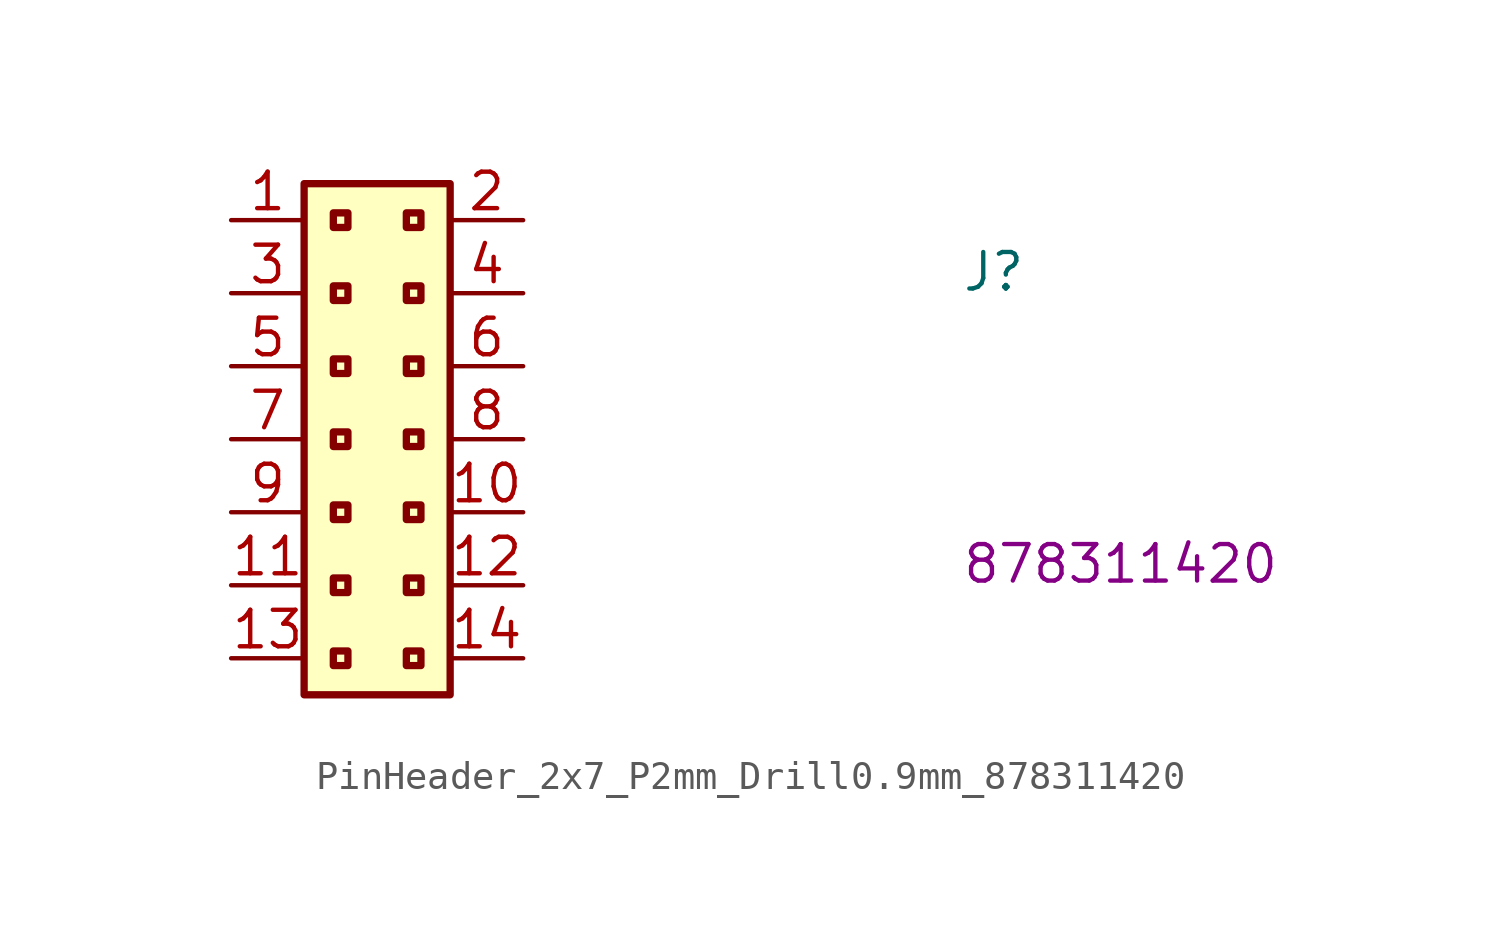
<source format=kicad_sym>
(kicad_symbol_lib
  (version 20220914)
  (generator kicad_symbol_editor)
  (symbol "PinHeader_2x7_P2mm_Drill0.9mm_878311420"
    (property "Reference" "J"
      (at 25.4 -2.54 0)
      (effects (font (size 1.27 1.27) (thickness 0.15)) (justify left bottom)))
    (property "MPN" "878311420"
      (at 25.4 -12.7 0)
      (effects (font (size 1.27 1.27) (thickness 0.15)) (justify left bottom)))
    (symbol "PinHeader_2x7_P2mm_Drill0.9mm_878311420_1_1"
      (rectangle (start 2.54 1.27) (end 7.62 -16.51) (stroke (width 0.254) (type default)) (fill (type background)))
      (rectangle (start 3.556 -14.986) (end 4.064 -15.494) (stroke (width 0.254) (type default)) (fill (type background)))
      (rectangle (start 3.556 -12.446) (end 4.064 -12.954) (stroke (width 0.254) (type default)) (fill (type background)))
      (rectangle (start 3.556 -9.906) (end 4.064 -10.414) (stroke (width 0.254) (type default)) (fill (type background)))
      (rectangle (start 3.556 -7.366) (end 4.064 -7.874) (stroke (width 0.254) (type default)) (fill (type background)))
      (rectangle (start 3.556 -4.826) (end 4.064 -5.334) (stroke (width 0.254) (type default)) (fill (type background)))
      (rectangle (start 3.556 -2.286) (end 4.064 -2.794) (stroke (width 0.254) (type default)) (fill (type background)))
      (rectangle (start 3.556 0.254) (end 4.064 -0.254) (stroke (width 0.254) (type default)) (fill (type background)))
      (rectangle (start 6.096 -14.986) (end 6.604 -15.494) (stroke (width 0.254) (type default)) (fill (type background)))
      (rectangle (start 6.096 -12.446) (end 6.604 -12.954) (stroke (width 0.254) (type default)) (fill (type background)))
      (rectangle (start 6.096 -9.906) (end 6.604 -10.414) (stroke (width 0.254) (type default)) (fill (type background)))
      (rectangle (start 6.096 -7.366) (end 6.604 -7.874) (stroke (width 0.254) (type default)) (fill (type background)))
      (rectangle (start 6.096 -4.826) (end 6.604 -5.334) (stroke (width 0.254) (type default)) (fill (type background)))
      (rectangle (start 6.096 -2.286) (end 6.604 -2.794) (stroke (width 0.254) (type default)) (fill (type background)))
      (rectangle (start 6.096 0.254) (end 6.604 -0.254) (stroke (width 0.254) (type default)) (fill (type background)))
      (pin passive line (at 0 0 0) (length 2.54) (name "~" (effects (font (size 1.27 1.27)))) (number "1" (effects (font (size 1.27 1.27)))))
      (pin passive line (at 10.16 -10.16 180) (length 2.54) (name "~" (effects (font (size 1.27 1.27)))) (number "10" (effects (font (size 1.27 1.27)))))
      (pin passive line (at 0 -12.7 0) (length 2.54) (name "~" (effects (font (size 1.27 1.27)))) (number "11" (effects (font (size 1.27 1.27)))))
      (pin passive line (at 10.16 -12.7 180) (length 2.54) (name "~" (effects (font (size 1.27 1.27)))) (number "12" (effects (font (size 1.27 1.27)))))
      (pin passive line (at 0 -15.24 0) (length 2.54) (name "~" (effects (font (size 1.27 1.27)))) (number "13" (effects (font (size 1.27 1.27)))))
      (pin passive line (at 10.16 -15.24 180) (length 2.54) (name "~" (effects (font (size 1.27 1.27)))) (number "14" (effects (font (size 1.27 1.27)))))
      (pin passive line (at 10.16 0 180) (length 2.54) (name "~" (effects (font (size 1.27 1.27)))) (number "2" (effects (font (size 1.27 1.27)))))
      (pin passive line (at 0 -2.54 0) (length 2.54) (name "~" (effects (font (size 1.27 1.27)))) (number "3" (effects (font (size 1.27 1.27)))))
      (pin passive line (at 10.16 -2.54 180) (length 2.54) (name "~" (effects (font (size 1.27 1.27)))) (number "4" (effects (font (size 1.27 1.27)))))
      (pin passive line (at 0 -5.08 0) (length 2.54) (name "~" (effects (font (size 1.27 1.27)))) (number "5" (effects (font (size 1.27 1.27)))))
      (pin passive line (at 10.16 -5.08 180) (length 2.54) (name "~" (effects (font (size 1.27 1.27)))) (number "6" (effects (font (size 1.27 1.27)))))
      (pin passive line (at 0 -7.62 0) (length 2.54) (name "~" (effects (font (size 1.27 1.27)))) (number "7" (effects (font (size 1.27 1.27)))))
      (pin passive line (at 10.16 -7.62 180) (length 2.54) (name "~" (effects (font (size 1.27 1.27)))) (number "8" (effects (font (size 1.27 1.27)))))
      (pin passive line (at 0 -10.16 0) (length 2.54) (name "~" (effects (font (size 1.27 1.27)))) (number "9" (effects (font (size 1.27 1.27))))))))
</source>
